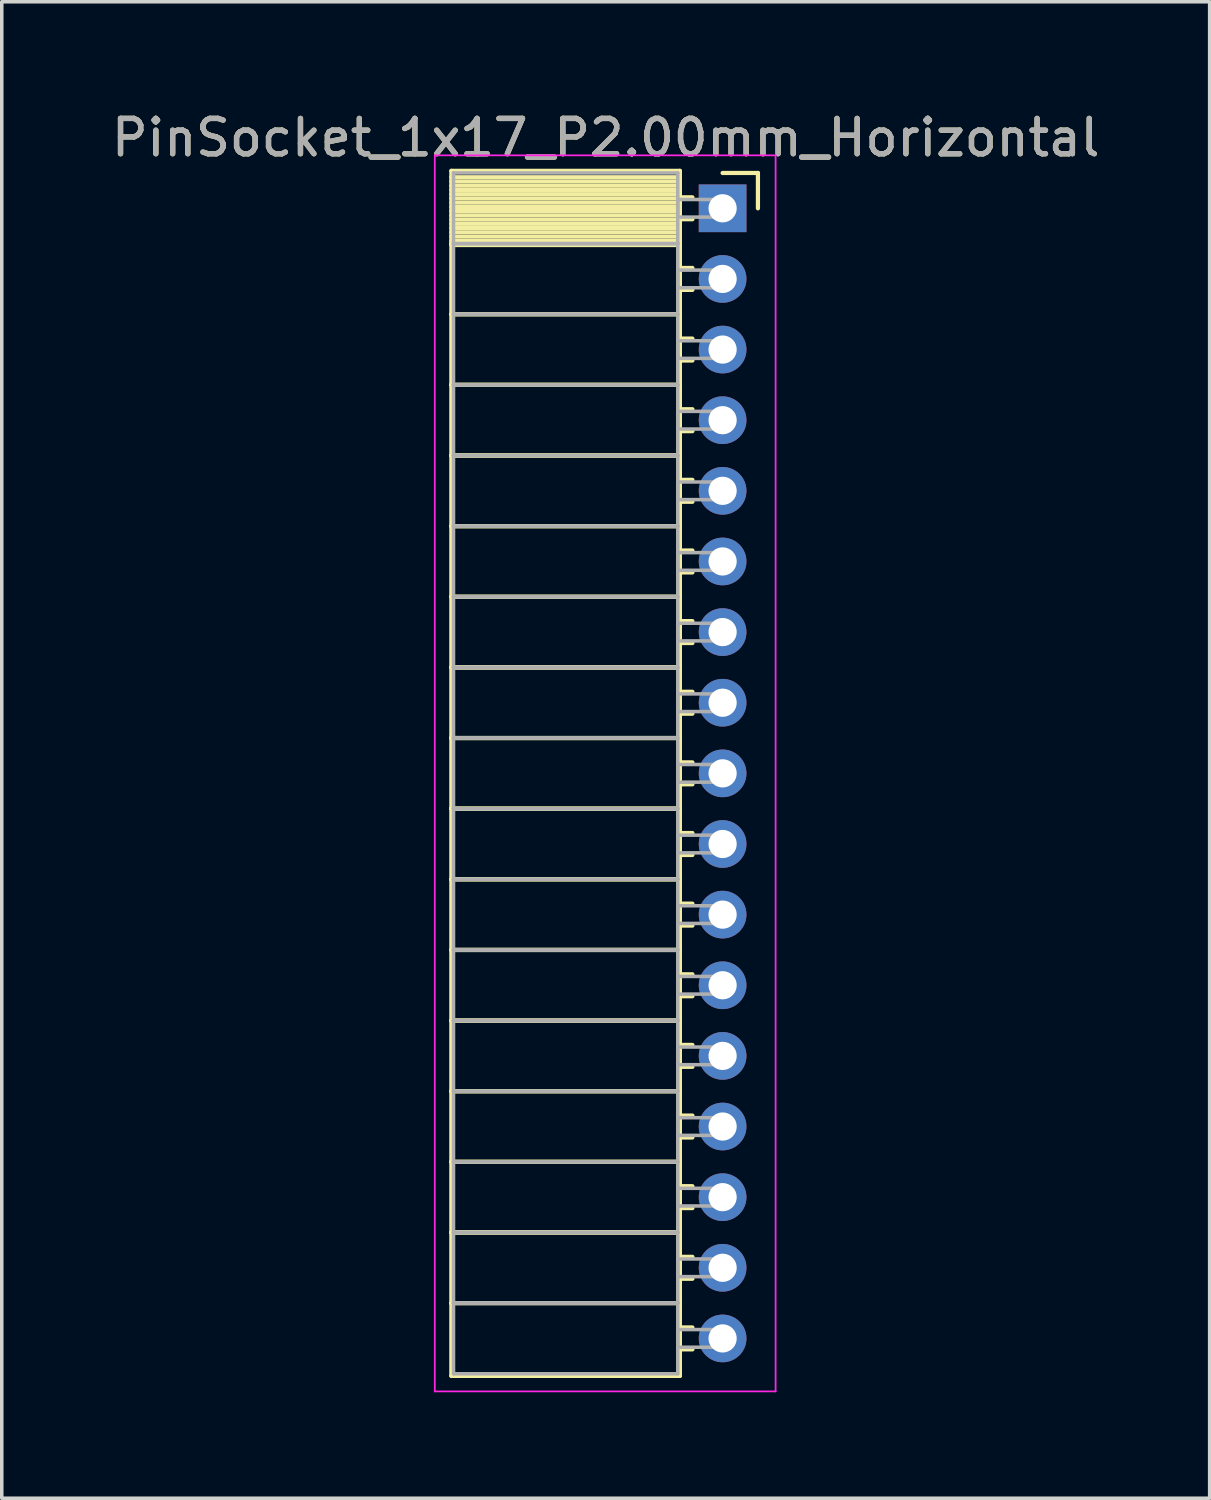
<source format=kicad_pcb>
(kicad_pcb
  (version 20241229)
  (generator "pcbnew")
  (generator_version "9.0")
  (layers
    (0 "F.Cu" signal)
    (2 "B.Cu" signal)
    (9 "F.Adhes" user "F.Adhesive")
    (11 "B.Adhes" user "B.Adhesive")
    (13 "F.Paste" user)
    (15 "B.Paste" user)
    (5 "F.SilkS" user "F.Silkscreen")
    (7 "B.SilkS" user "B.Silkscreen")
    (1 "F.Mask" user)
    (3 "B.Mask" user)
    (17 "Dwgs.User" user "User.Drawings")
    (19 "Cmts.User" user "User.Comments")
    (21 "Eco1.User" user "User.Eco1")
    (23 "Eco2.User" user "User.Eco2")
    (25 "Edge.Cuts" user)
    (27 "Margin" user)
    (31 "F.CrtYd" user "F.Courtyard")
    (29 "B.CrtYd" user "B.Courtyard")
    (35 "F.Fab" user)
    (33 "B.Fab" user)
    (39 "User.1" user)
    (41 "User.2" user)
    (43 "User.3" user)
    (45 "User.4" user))
  (footprint "PinSocket_1x17_P2.00mm_Horizontal"
    (layer "F.Cu")
    (at 17.411 2.848)
    (property "Reference" "PinSocket_1x17_P2.00mm_Horizontal" (at -3.31 -2 0) (layer "F.SilkS") (effects (font (size 1 1) (thickness 0.15))))
    (attr through_hole)
    (fp_line (start -7.68 -1.06) (end -1.21 -1.06) (stroke (width 0.12) (type solid)) (layer "F.SilkS"))
    (fp_line (start -7.68 1) (end -7.68 -1.06) (stroke (width 0.12) (type solid)) (layer "F.SilkS"))
    (fp_line (start -7.68 1) (end -1.21 1) (stroke (width 0.12) (type solid)) (layer "F.SilkS"))
    (fp_line (start -7.68 3) (end -7.68 1) (stroke (width 0.12) (type solid)) (layer "F.SilkS"))
    (fp_line (start -7.68 3) (end -1.21 3) (stroke (width 0.12) (type solid)) (layer "F.SilkS"))
    (fp_line (start -7.68 5) (end -7.68 3) (stroke (width 0.12) (type solid)) (layer "F.SilkS"))
    (fp_line (start -7.68 5) (end -1.21 5) (stroke (width 0.12) (type solid)) (layer "F.SilkS"))
    (fp_line (start -7.68 7) (end -7.68 5) (stroke (width 0.12) (type solid)) (layer "F.SilkS"))
    (fp_line (start -7.68 7) (end -1.21 7) (stroke (width 0.12) (type solid)) (layer "F.SilkS"))
    (fp_line (start -7.68 9) (end -7.68 7) (stroke (width 0.12) (type solid)) (layer "F.SilkS"))
    (fp_line (start -7.68 9) (end -1.21 9) (stroke (width 0.12) (type solid)) (layer "F.SilkS"))
    (fp_line (start -7.68 11) (end -7.68 9) (stroke (width 0.12) (type solid)) (layer "F.SilkS"))
    (fp_line (start -7.68 11) (end -1.21 11) (stroke (width 0.12) (type solid)) (layer "F.SilkS"))
    (fp_line (start -7.68 13) (end -7.68 11) (stroke (width 0.12) (type solid)) (layer "F.SilkS"))
    (fp_line (start -7.68 13) (end -1.21 13) (stroke (width 0.12) (type solid)) (layer "F.SilkS"))
    (fp_line (start -7.68 15) (end -7.68 13) (stroke (width 0.12) (type solid)) (layer "F.SilkS"))
    (fp_line (start -7.68 15) (end -1.21 15) (stroke (width 0.12) (type solid)) (layer "F.SilkS"))
    (fp_line (start -7.68 17) (end -7.68 15) (stroke (width 0.12) (type solid)) (layer "F.SilkS"))
    (fp_line (start -7.68 17) (end -1.21 17) (stroke (width 0.12) (type solid)) (layer "F.SilkS"))
    (fp_line (start -7.68 19) (end -7.68 17) (stroke (width 0.12) (type solid)) (layer "F.SilkS"))
    (fp_line (start -7.68 19) (end -1.21 19) (stroke (width 0.12) (type solid)) (layer "F.SilkS"))
    (fp_line (start -7.68 21) (end -7.68 19) (stroke (width 0.12) (type solid)) (layer "F.SilkS"))
    (fp_line (start -7.68 21) (end -1.21 21) (stroke (width 0.12) (type solid)) (layer "F.SilkS"))
    (fp_line (start -7.68 23) (end -7.68 21) (stroke (width 0.12) (type solid)) (layer "F.SilkS"))
    (fp_line (start -7.68 23) (end -1.21 23) (stroke (width 0.12) (type solid)) (layer "F.SilkS"))
    (fp_line (start -7.68 25) (end -7.68 23) (stroke (width 0.12) (type solid)) (layer "F.SilkS"))
    (fp_line (start -7.68 25) (end -1.21 25) (stroke (width 0.12) (type solid)) (layer "F.SilkS"))
    (fp_line (start -7.68 27) (end -7.68 25) (stroke (width 0.12) (type solid)) (layer "F.SilkS"))
    (fp_line (start -7.68 27) (end -1.21 27) (stroke (width 0.12) (type solid)) (layer "F.SilkS"))
    (fp_line (start -7.68 29) (end -7.68 27) (stroke (width 0.12) (type solid)) (layer "F.SilkS"))
    (fp_line (start -7.68 29) (end -1.21 29) (stroke (width 0.12) (type solid)) (layer "F.SilkS"))
    (fp_line (start -7.68 31) (end -7.68 29) (stroke (width 0.12) (type solid)) (layer "F.SilkS"))
    (fp_line (start -7.68 31) (end -1.21 31) (stroke (width 0.12) (type solid)) (layer "F.SilkS"))
    (fp_line (start -7.68 33.06) (end -7.68 31) (stroke (width 0.12) (type solid)) (layer "F.SilkS"))
    (fp_line (start -1.21 -1.06) (end -1.21 1) (stroke (width 0.12) (type solid)) (layer "F.SilkS"))
    (fp_line (start -1.21 -0.88) (end -7.68 -0.88) (stroke (width 0.12) (type solid)) (layer "F.SilkS"))
    (fp_line (start -1.21 -0.76) (end -7.68 -0.76) (stroke (width 0.12) (type solid)) (layer "F.SilkS"))
    (fp_line (start -1.21 -0.64) (end -7.68 -0.64) (stroke (width 0.12) (type solid)) (layer "F.SilkS"))
    (fp_line (start -1.21 -0.52) (end -7.68 -0.52) (stroke (width 0.12) (type solid)) (layer "F.SilkS"))
    (fp_line (start -1.21 -0.4) (end -7.68 -0.4) (stroke (width 0.12) (type solid)) (layer "F.SilkS"))
    (fp_line (start -1.21 -0.28) (end -7.68 -0.28) (stroke (width 0.12) (type solid)) (layer "F.SilkS"))
    (fp_line (start -1.21 -0.16) (end -7.68 -0.16) (stroke (width 0.12) (type solid)) (layer "F.SilkS"))
    (fp_line (start -1.21 -0.04) (end -7.68 -0.04) (stroke (width 0.12) (type solid)) (layer "F.SilkS"))
    (fp_line (start -1.21 0.08) (end -7.68 0.08) (stroke (width 0.12) (type solid)) (layer "F.SilkS"))
    (fp_line (start -1.21 0.2) (end -7.68 0.2) (stroke (width 0.12) (type solid)) (layer "F.SilkS"))
    (fp_line (start -1.21 0.32) (end -7.68 0.32) (stroke (width 0.12) (type solid)) (layer "F.SilkS"))
    (fp_line (start -1.21 0.44) (end -7.68 0.44) (stroke (width 0.12) (type solid)) (layer "F.SilkS"))
    (fp_line (start -1.21 0.56) (end -7.68 0.56) (stroke (width 0.12) (type solid)) (layer "F.SilkS"))
    (fp_line (start -1.21 0.68) (end -7.68 0.68) (stroke (width 0.12) (type solid)) (layer "F.SilkS"))
    (fp_line (start -1.21 0.8) (end -7.68 0.8) (stroke (width 0.12) (type solid)) (layer "F.SilkS"))
    (fp_line (start -1.21 0.92) (end -7.68 0.92) (stroke (width 0.12) (type solid)) (layer "F.SilkS"))
    (fp_line (start -1.21 1) (end -7.68 1) (stroke (width 0.12) (type solid)) (layer "F.SilkS"))
    (fp_line (start -1.21 1) (end -1.21 3) (stroke (width 0.12) (type solid)) (layer "F.SilkS"))
    (fp_line (start -1.21 1.04) (end -7.68 1.04) (stroke (width 0.12) (type solid)) (layer "F.SilkS"))
    (fp_line (start -1.21 3) (end -7.68 3) (stroke (width 0.12) (type solid)) (layer "F.SilkS"))
    (fp_line (start -1.21 3) (end -1.21 5) (stroke (width 0.12) (type solid)) (layer "F.SilkS"))
    (fp_line (start -1.21 5) (end -7.68 5) (stroke (width 0.12) (type solid)) (layer "F.SilkS"))
    (fp_line (start -1.21 5) (end -1.21 7) (stroke (width 0.12) (type solid)) (layer "F.SilkS"))
    (fp_line (start -1.21 7) (end -7.68 7) (stroke (width 0.12) (type solid)) (layer "F.SilkS"))
    (fp_line (start -1.21 7) (end -1.21 9) (stroke (width 0.12) (type solid)) (layer "F.SilkS"))
    (fp_line (start -1.21 9) (end -7.68 9) (stroke (width 0.12) (type solid)) (layer "F.SilkS"))
    (fp_line (start -1.21 9) (end -1.21 11) (stroke (width 0.12) (type solid)) (layer "F.SilkS"))
    (fp_line (start -1.21 11) (end -7.68 11) (stroke (width 0.12) (type solid)) (layer "F.SilkS"))
    (fp_line (start -1.21 11) (end -1.21 13) (stroke (width 0.12) (type solid)) (layer "F.SilkS"))
    (fp_line (start -1.21 13) (end -7.68 13) (stroke (width 0.12) (type solid)) (layer "F.SilkS"))
    (fp_line (start -1.21 13) (end -1.21 15) (stroke (width 0.12) (type solid)) (layer "F.SilkS"))
    (fp_line (start -1.21 15) (end -7.68 15) (stroke (width 0.12) (type solid)) (layer "F.SilkS"))
    (fp_line (start -1.21 15) (end -1.21 17) (stroke (width 0.12) (type solid)) (layer "F.SilkS"))
    (fp_line (start -1.21 17) (end -7.68 17) (stroke (width 0.12) (type solid)) (layer "F.SilkS"))
    (fp_line (start -1.21 17) (end -1.21 19) (stroke (width 0.12) (type solid)) (layer "F.SilkS"))
    (fp_line (start -1.21 19) (end -7.68 19) (stroke (width 0.12) (type solid)) (layer "F.SilkS"))
    (fp_line (start -1.21 19) (end -1.21 21) (stroke (width 0.12) (type solid)) (layer "F.SilkS"))
    (fp_line (start -1.21 21) (end -7.68 21) (stroke (width 0.12) (type solid)) (layer "F.SilkS"))
    (fp_line (start -1.21 21) (end -1.21 23) (stroke (width 0.12) (type solid)) (layer "F.SilkS"))
    (fp_line (start -1.21 23) (end -7.68 23) (stroke (width 0.12) (type solid)) (layer "F.SilkS"))
    (fp_line (start -1.21 23) (end -1.21 25) (stroke (width 0.12) (type solid)) (layer "F.SilkS"))
    (fp_line (start -1.21 25) (end -7.68 25) (stroke (width 0.12) (type solid)) (layer "F.SilkS"))
    (fp_line (start -1.21 25) (end -1.21 27) (stroke (width 0.12) (type solid)) (layer "F.SilkS"))
    (fp_line (start -1.21 27) (end -7.68 27) (stroke (width 0.12) (type solid)) (layer "F.SilkS"))
    (fp_line (start -1.21 27) (end -1.21 29) (stroke (width 0.12) (type solid)) (layer "F.SilkS"))
    (fp_line (start -1.21 29) (end -7.68 29) (stroke (width 0.12) (type solid)) (layer "F.SilkS"))
    (fp_line (start -1.21 29) (end -1.21 31) (stroke (width 0.12) (type solid)) (layer "F.SilkS"))
    (fp_line (start -1.21 31) (end -7.68 31) (stroke (width 0.12) (type solid)) (layer "F.SilkS"))
    (fp_line (start -1.21 31) (end -1.21 33.06) (stroke (width 0.12) (type solid)) (layer "F.SilkS"))
    (fp_line (start -1.21 33.06) (end -7.68 33.06) (stroke (width 0.12) (type solid)) (layer "F.SilkS"))
    (fp_line (start -0.855 -0.31) (end -1.21 -0.31) (stroke (width 0.12) (type solid)) (layer "F.SilkS"))
    (fp_line (start -0.855 0.31) (end -1.21 0.31) (stroke (width 0.12) (type solid)) (layer "F.SilkS"))
    (fp_line (start -0.855 1.69) (end -1.21 1.69) (stroke (width 0.12) (type solid)) (layer "F.SilkS"))
    (fp_line (start -0.855 2.31) (end -1.21 2.31) (stroke (width 0.12) (type solid)) (layer "F.SilkS"))
    (fp_line (start -0.855 3.69) (end -1.21 3.69) (stroke (width 0.12) (type solid)) (layer "F.SilkS"))
    (fp_line (start -0.855 4.31) (end -1.21 4.31) (stroke (width 0.12) (type solid)) (layer "F.SilkS"))
    (fp_line (start -0.855 5.69) (end -1.21 5.69) (stroke (width 0.12) (type solid)) (layer "F.SilkS"))
    (fp_line (start -0.855 6.31) (end -1.21 6.31) (stroke (width 0.12) (type solid)) (layer "F.SilkS"))
    (fp_line (start -0.855 7.69) (end -1.21 7.69) (stroke (width 0.12) (type solid)) (layer "F.SilkS"))
    (fp_line (start -0.855 8.31) (end -1.21 8.31) (stroke (width 0.12) (type solid)) (layer "F.SilkS"))
    (fp_line (start -0.855 9.69) (end -1.21 9.69) (stroke (width 0.12) (type solid)) (layer "F.SilkS"))
    (fp_line (start -0.855 10.31) (end -1.21 10.31) (stroke (width 0.12) (type solid)) (layer "F.SilkS"))
    (fp_line (start -0.855 11.69) (end -1.21 11.69) (stroke (width 0.12) (type solid)) (layer "F.SilkS"))
    (fp_line (start -0.855 12.31) (end -1.21 12.31) (stroke (width 0.12) (type solid)) (layer "F.SilkS"))
    (fp_line (start -0.855 13.69) (end -1.21 13.69) (stroke (width 0.12) (type solid)) (layer "F.SilkS"))
    (fp_line (start -0.855 14.31) (end -1.21 14.31) (stroke (width 0.12) (type solid)) (layer "F.SilkS"))
    (fp_line (start -0.855 15.69) (end -1.21 15.69) (stroke (width 0.12) (type solid)) (layer "F.SilkS"))
    (fp_line (start -0.855 16.31) (end -1.21 16.31) (stroke (width 0.12) (type solid)) (layer "F.SilkS"))
    (fp_line (start -0.855 17.69) (end -1.21 17.69) (stroke (width 0.12) (type solid)) (layer "F.SilkS"))
    (fp_line (start -0.855 18.31) (end -1.21 18.31) (stroke (width 0.12) (type solid)) (layer "F.SilkS"))
    (fp_line (start -0.855 19.69) (end -1.21 19.69) (stroke (width 0.12) (type solid)) (layer "F.SilkS"))
    (fp_line (start -0.855 20.31) (end -1.21 20.31) (stroke (width 0.12) (type solid)) (layer "F.SilkS"))
    (fp_line (start -0.855 21.69) (end -1.21 21.69) (stroke (width 0.12) (type solid)) (layer "F.SilkS"))
    (fp_line (start -0.855 22.31) (end -1.21 22.31) (stroke (width 0.12) (type solid)) (layer "F.SilkS"))
    (fp_line (start -0.855 23.69) (end -1.21 23.69) (stroke (width 0.12) (type solid)) (layer "F.SilkS"))
    (fp_line (start -0.855 24.31) (end -1.21 24.31) (stroke (width 0.12) (type solid)) (layer "F.SilkS"))
    (fp_line (start -0.855 25.69) (end -1.21 25.69) (stroke (width 0.12) (type solid)) (layer "F.SilkS"))
    (fp_line (start -0.855 26.31) (end -1.21 26.31) (stroke (width 0.12) (type solid)) (layer "F.SilkS"))
    (fp_line (start -0.855 27.69) (end -1.21 27.69) (stroke (width 0.12) (type solid)) (layer "F.SilkS"))
    (fp_line (start -0.855 28.31) (end -1.21 28.31) (stroke (width 0.12) (type solid)) (layer "F.SilkS"))
    (fp_line (start -0.855 29.69) (end -1.21 29.69) (stroke (width 0.12) (type solid)) (layer "F.SilkS"))
    (fp_line (start -0.855 30.31) (end -1.21 30.31) (stroke (width 0.12) (type solid)) (layer "F.SilkS"))
    (fp_line (start -0.855 31.69) (end -1.21 31.69) (stroke (width 0.12) (type solid)) (layer "F.SilkS"))
    (fp_line (start -0.855 32.31) (end -1.21 32.31) (stroke (width 0.12) (type solid)) (layer "F.SilkS"))
    (fp_line (start 0 -1) (end 1 -1) (stroke (width 0.12) (type solid)) (layer "F.SilkS"))
    (fp_line (start 1 -1) (end 1 0) (stroke (width 0.12) (type solid)) (layer "F.SilkS"))
    (fp_line (start -8.15 -1.5) (end 1.5 -1.5) (stroke (width 0.05) (type solid)) (layer "F.CrtYd"))
    (fp_line (start -8.15 33.5) (end -8.15 -1.5) (stroke (width 0.05) (type solid)) (layer "F.CrtYd"))
    (fp_line (start 1.5 -1.5) (end 1.5 33.5) (stroke (width 0.05) (type solid)) (layer "F.CrtYd"))
    (fp_line (start 1.5 33.5) (end -8.15 33.5) (stroke (width 0.05) (type solid)) (layer "F.CrtYd"))
    (fp_line (start -7.62 -1) (end -1.27 -1) (stroke (width 0.1) (type solid)) (layer "F.Fab"))
    (fp_line (start -7.62 1) (end -7.62 -1) (stroke (width 0.1) (type solid)) (layer "F.Fab"))
    (fp_line (start -7.62 1) (end -1.27 1) (stroke (width 0.1) (type solid)) (layer "F.Fab"))
    (fp_line (start -7.62 3) (end -7.62 1) (stroke (width 0.1) (type solid)) (layer "F.Fab"))
    (fp_line (start -7.62 3) (end -1.27 3) (stroke (width 0.1) (type solid)) (layer "F.Fab"))
    (fp_line (start -7.62 5) (end -7.62 3) (stroke (width 0.1) (type solid)) (layer "F.Fab"))
    (fp_line (start -7.62 5) (end -1.27 5) (stroke (width 0.1) (type solid)) (layer "F.Fab"))
    (fp_line (start -7.62 7) (end -7.62 5) (stroke (width 0.1) (type solid)) (layer "F.Fab"))
    (fp_line (start -7.62 7) (end -1.27 7) (stroke (width 0.1) (type solid)) (layer "F.Fab"))
    (fp_line (start -7.62 9) (end -7.62 7) (stroke (width 0.1) (type solid)) (layer "F.Fab"))
    (fp_line (start -7.62 9) (end -1.27 9) (stroke (width 0.1) (type solid)) (layer "F.Fab"))
    (fp_line (start -7.62 11) (end -7.62 9) (stroke (width 0.1) (type solid)) (layer "F.Fab"))
    (fp_line (start -7.62 11) (end -1.27 11) (stroke (width 0.1) (type solid)) (layer "F.Fab"))
    (fp_line (start -7.62 13) (end -7.62 11) (stroke (width 0.1) (type solid)) (layer "F.Fab"))
    (fp_line (start -7.62 13) (end -1.27 13) (stroke (width 0.1) (type solid)) (layer "F.Fab"))
    (fp_line (start -7.62 15) (end -7.62 13) (stroke (width 0.1) (type solid)) (layer "F.Fab"))
    (fp_line (start -7.62 15) (end -1.27 15) (stroke (width 0.1) (type solid)) (layer "F.Fab"))
    (fp_line (start -7.62 17) (end -7.62 15) (stroke (width 0.1) (type solid)) (layer "F.Fab"))
    (fp_line (start -7.62 17) (end -1.27 17) (stroke (width 0.1) (type solid)) (layer "F.Fab"))
    (fp_line (start -7.62 19) (end -7.62 17) (stroke (width 0.1) (type solid)) (layer "F.Fab"))
    (fp_line (start -7.62 19) (end -1.27 19) (stroke (width 0.1) (type solid)) (layer "F.Fab"))
    (fp_line (start -7.62 21) (end -7.62 19) (stroke (width 0.1) (type solid)) (layer "F.Fab"))
    (fp_line (start -7.62 21) (end -1.27 21) (stroke (width 0.1) (type solid)) (layer "F.Fab"))
    (fp_line (start -7.62 23) (end -7.62 21) (stroke (width 0.1) (type solid)) (layer "F.Fab"))
    (fp_line (start -7.62 23) (end -1.27 23) (stroke (width 0.1) (type solid)) (layer "F.Fab"))
    (fp_line (start -7.62 25) (end -7.62 23) (stroke (width 0.1) (type solid)) (layer "F.Fab"))
    (fp_line (start -7.62 25) (end -1.27 25) (stroke (width 0.1) (type solid)) (layer "F.Fab"))
    (fp_line (start -7.62 27) (end -7.62 25) (stroke (width 0.1) (type solid)) (layer "F.Fab"))
    (fp_line (start -7.62 27) (end -1.27 27) (stroke (width 0.1) (type solid)) (layer "F.Fab"))
    (fp_line (start -7.62 29) (end -7.62 27) (stroke (width 0.1) (type solid)) (layer "F.Fab"))
    (fp_line (start -7.62 29) (end -1.27 29) (stroke (width 0.1) (type solid)) (layer "F.Fab"))
    (fp_line (start -7.62 31) (end -7.62 29) (stroke (width 0.1) (type solid)) (layer "F.Fab"))
    (fp_line (start -7.62 31) (end -1.27 31) (stroke (width 0.1) (type solid)) (layer "F.Fab"))
    (fp_line (start -7.62 33) (end -7.62 31) (stroke (width 0.1) (type solid)) (layer "F.Fab"))
    (fp_line (start -1.27 -1) (end -1.27 1) (stroke (width 0.1) (type solid)) (layer "F.Fab"))
    (fp_line (start -1.27 -0.25) (end 0 -0.25) (stroke (width 0.1) (type solid)) (layer "F.Fab"))
    (fp_line (start -1.27 0.25) (end -1.27 -0.25) (stroke (width 0.1) (type solid)) (layer "F.Fab"))
    (fp_line (start -1.27 1) (end -7.62 1) (stroke (width 0.1) (type solid)) (layer "F.Fab"))
    (fp_line (start -1.27 1) (end -1.27 3) (stroke (width 0.1) (type solid)) (layer "F.Fab"))
    (fp_line (start -1.27 1.75) (end 0 1.75) (stroke (width 0.1) (type solid)) (layer "F.Fab"))
    (fp_line (start -1.27 2.25) (end -1.27 1.75) (stroke (width 0.1) (type solid)) (layer "F.Fab"))
    (fp_line (start -1.27 3) (end -7.62 3) (stroke (width 0.1) (type solid)) (layer "F.Fab"))
    (fp_line (start -1.27 3) (end -1.27 5) (stroke (width 0.1) (type solid)) (layer "F.Fab"))
    (fp_line (start -1.27 3.75) (end 0 3.75) (stroke (width 0.1) (type solid)) (layer "F.Fab"))
    (fp_line (start -1.27 4.25) (end -1.27 3.75) (stroke (width 0.1) (type solid)) (layer "F.Fab"))
    (fp_line (start -1.27 5) (end -7.62 5) (stroke (width 0.1) (type solid)) (layer "F.Fab"))
    (fp_line (start -1.27 5) (end -1.27 7) (stroke (width 0.1) (type solid)) (layer "F.Fab"))
    (fp_line (start -1.27 5.75) (end 0 5.75) (stroke (width 0.1) (type solid)) (layer "F.Fab"))
    (fp_line (start -1.27 6.25) (end -1.27 5.75) (stroke (width 0.1) (type solid)) (layer "F.Fab"))
    (fp_line (start -1.27 7) (end -7.62 7) (stroke (width 0.1) (type solid)) (layer "F.Fab"))
    (fp_line (start -1.27 7) (end -1.27 9) (stroke (width 0.1) (type solid)) (layer "F.Fab"))
    (fp_line (start -1.27 7.75) (end 0 7.75) (stroke (width 0.1) (type solid)) (layer "F.Fab"))
    (fp_line (start -1.27 8.25) (end -1.27 7.75) (stroke (width 0.1) (type solid)) (layer "F.Fab"))
    (fp_line (start -1.27 9) (end -7.62 9) (stroke (width 0.1) (type solid)) (layer "F.Fab"))
    (fp_line (start -1.27 9) (end -1.27 11) (stroke (width 0.1) (type solid)) (layer "F.Fab"))
    (fp_line (start -1.27 9.75) (end 0 9.75) (stroke (width 0.1) (type solid)) (layer "F.Fab"))
    (fp_line (start -1.27 10.25) (end -1.27 9.75) (stroke (width 0.1) (type solid)) (layer "F.Fab"))
    (fp_line (start -1.27 11) (end -7.62 11) (stroke (width 0.1) (type solid)) (layer "F.Fab"))
    (fp_line (start -1.27 11) (end -1.27 13) (stroke (width 0.1) (type solid)) (layer "F.Fab"))
    (fp_line (start -1.27 11.75) (end 0 11.75) (stroke (width 0.1) (type solid)) (layer "F.Fab"))
    (fp_line (start -1.27 12.25) (end -1.27 11.75) (stroke (width 0.1) (type solid)) (layer "F.Fab"))
    (fp_line (start -1.27 13) (end -7.62 13) (stroke (width 0.1) (type solid)) (layer "F.Fab"))
    (fp_line (start -1.27 13) (end -1.27 15) (stroke (width 0.1) (type solid)) (layer "F.Fab"))
    (fp_line (start -1.27 13.75) (end 0 13.75) (stroke (width 0.1) (type solid)) (layer "F.Fab"))
    (fp_line (start -1.27 14.25) (end -1.27 13.75) (stroke (width 0.1) (type solid)) (layer "F.Fab"))
    (fp_line (start -1.27 15) (end -7.62 15) (stroke (width 0.1) (type solid)) (layer "F.Fab"))
    (fp_line (start -1.27 15) (end -1.27 17) (stroke (width 0.1) (type solid)) (layer "F.Fab"))
    (fp_line (start -1.27 15.75) (end 0 15.75) (stroke (width 0.1) (type solid)) (layer "F.Fab"))
    (fp_line (start -1.27 16.25) (end -1.27 15.75) (stroke (width 0.1) (type solid)) (layer "F.Fab"))
    (fp_line (start -1.27 17) (end -7.62 17) (stroke (width 0.1) (type solid)) (layer "F.Fab"))
    (fp_line (start -1.27 17) (end -1.27 19) (stroke (width 0.1) (type solid)) (layer "F.Fab"))
    (fp_line (start -1.27 17.75) (end 0 17.75) (stroke (width 0.1) (type solid)) (layer "F.Fab"))
    (fp_line (start -1.27 18.25) (end -1.27 17.75) (stroke (width 0.1) (type solid)) (layer "F.Fab"))
    (fp_line (start -1.27 19) (end -7.62 19) (stroke (width 0.1) (type solid)) (layer "F.Fab"))
    (fp_line (start -1.27 19) (end -1.27 21) (stroke (width 0.1) (type solid)) (layer "F.Fab"))
    (fp_line (start -1.27 19.75) (end 0 19.75) (stroke (width 0.1) (type solid)) (layer "F.Fab"))
    (fp_line (start -1.27 20.25) (end -1.27 19.75) (stroke (width 0.1) (type solid)) (layer "F.Fab"))
    (fp_line (start -1.27 21) (end -7.62 21) (stroke (width 0.1) (type solid)) (layer "F.Fab"))
    (fp_line (start -1.27 21) (end -1.27 23) (stroke (width 0.1) (type solid)) (layer "F.Fab"))
    (fp_line (start -1.27 21.75) (end 0 21.75) (stroke (width 0.1) (type solid)) (layer "F.Fab"))
    (fp_line (start -1.27 22.25) (end -1.27 21.75) (stroke (width 0.1) (type solid)) (layer "F.Fab"))
    (fp_line (start -1.27 23) (end -7.62 23) (stroke (width 0.1) (type solid)) (layer "F.Fab"))
    (fp_line (start -1.27 23) (end -1.27 25) (stroke (width 0.1) (type solid)) (layer "F.Fab"))
    (fp_line (start -1.27 23.75) (end 0 23.75) (stroke (width 0.1) (type solid)) (layer "F.Fab"))
    (fp_line (start -1.27 24.25) (end -1.27 23.75) (stroke (width 0.1) (type solid)) (layer "F.Fab"))
    (fp_line (start -1.27 25) (end -7.62 25) (stroke (width 0.1) (type solid)) (layer "F.Fab"))
    (fp_line (start -1.27 25) (end -1.27 27) (stroke (width 0.1) (type solid)) (layer "F.Fab"))
    (fp_line (start -1.27 25.75) (end 0 25.75) (stroke (width 0.1) (type solid)) (layer "F.Fab"))
    (fp_line (start -1.27 26.25) (end -1.27 25.75) (stroke (width 0.1) (type solid)) (layer "F.Fab"))
    (fp_line (start -1.27 27) (end -7.62 27) (stroke (width 0.1) (type solid)) (layer "F.Fab"))
    (fp_line (start -1.27 27) (end -1.27 29) (stroke (width 0.1) (type solid)) (layer "F.Fab"))
    (fp_line (start -1.27 27.75) (end 0 27.75) (stroke (width 0.1) (type solid)) (layer "F.Fab"))
    (fp_line (start -1.27 28.25) (end -1.27 27.75) (stroke (width 0.1) (type solid)) (layer "F.Fab"))
    (fp_line (start -1.27 29) (end -7.62 29) (stroke (width 0.1) (type solid)) (layer "F.Fab"))
    (fp_line (start -1.27 29) (end -1.27 31) (stroke (width 0.1) (type solid)) (layer "F.Fab"))
    (fp_line (start -1.27 29.75) (end 0 29.75) (stroke (width 0.1) (type solid)) (layer "F.Fab"))
    (fp_line (start -1.27 30.25) (end -1.27 29.75) (stroke (width 0.1) (type solid)) (layer "F.Fab"))
    (fp_line (start -1.27 31) (end -7.62 31) (stroke (width 0.1) (type solid)) (layer "F.Fab"))
    (fp_line (start -1.27 31) (end -1.27 33) (stroke (width 0.1) (type solid)) (layer "F.Fab"))
    (fp_line (start -1.27 31.75) (end 0 31.75) (stroke (width 0.1) (type solid)) (layer "F.Fab"))
    (fp_line (start -1.27 32.25) (end -1.27 31.75) (stroke (width 0.1) (type solid)) (layer "F.Fab"))
    (fp_line (start -1.27 33) (end -7.62 33) (stroke (width 0.1) (type solid)) (layer "F.Fab"))
    (fp_line (start 0 -0.25) (end 0 0.25) (stroke (width 0.1) (type solid)) (layer "F.Fab"))
    (fp_line (start 0 0.25) (end -1.27 0.25) (stroke (width 0.1) (type solid)) (layer "F.Fab"))
    (fp_line (start 0 1.75) (end 0 2.25) (stroke (width 0.1) (type solid)) (layer "F.Fab"))
    (fp_line (start 0 2.25) (end -1.27 2.25) (stroke (width 0.1) (type solid)) (layer "F.Fab"))
    (fp_line (start 0 3.75) (end 0 4.25) (stroke (width 0.1) (type solid)) (layer "F.Fab"))
    (fp_line (start 0 4.25) (end -1.27 4.25) (stroke (width 0.1) (type solid)) (layer "F.Fab"))
    (fp_line (start 0 5.75) (end 0 6.25) (stroke (width 0.1) (type solid)) (layer "F.Fab"))
    (fp_line (start 0 6.25) (end -1.27 6.25) (stroke (width 0.1) (type solid)) (layer "F.Fab"))
    (fp_line (start 0 7.75) (end 0 8.25) (stroke (width 0.1) (type solid)) (layer "F.Fab"))
    (fp_line (start 0 8.25) (end -1.27 8.25) (stroke (width 0.1) (type solid)) (layer "F.Fab"))
    (fp_line (start 0 9.75) (end 0 10.25) (stroke (width 0.1) (type solid)) (layer "F.Fab"))
    (fp_line (start 0 10.25) (end -1.27 10.25) (stroke (width 0.1) (type solid)) (layer "F.Fab"))
    (fp_line (start 0 11.75) (end 0 12.25) (stroke (width 0.1) (type solid)) (layer "F.Fab"))
    (fp_line (start 0 12.25) (end -1.27 12.25) (stroke (width 0.1) (type solid)) (layer "F.Fab"))
    (fp_line (start 0 13.75) (end 0 14.25) (stroke (width 0.1) (type solid)) (layer "F.Fab"))
    (fp_line (start 0 14.25) (end -1.27 14.25) (stroke (width 0.1) (type solid)) (layer "F.Fab"))
    (fp_line (start 0 15.75) (end 0 16.25) (stroke (width 0.1) (type solid)) (layer "F.Fab"))
    (fp_line (start 0 16.25) (end -1.27 16.25) (stroke (width 0.1) (type solid)) (layer "F.Fab"))
    (fp_line (start 0 17.75) (end 0 18.25) (stroke (width 0.1) (type solid)) (layer "F.Fab"))
    (fp_line (start 0 18.25) (end -1.27 18.25) (stroke (width 0.1) (type solid)) (layer "F.Fab"))
    (fp_line (start 0 19.75) (end 0 20.25) (stroke (width 0.1) (type solid)) (layer "F.Fab"))
    (fp_line (start 0 20.25) (end -1.27 20.25) (stroke (width 0.1) (type solid)) (layer "F.Fab"))
    (fp_line (start 0 21.75) (end 0 22.25) (stroke (width 0.1) (type solid)) (layer "F.Fab"))
    (fp_line (start 0 22.25) (end -1.27 22.25) (stroke (width 0.1) (type solid)) (layer "F.Fab"))
    (fp_line (start 0 23.75) (end 0 24.25) (stroke (width 0.1) (type solid)) (layer "F.Fab"))
    (fp_line (start 0 24.25) (end -1.27 24.25) (stroke (width 0.1) (type solid)) (layer "F.Fab"))
    (fp_line (start 0 25.75) (end 0 26.25) (stroke (width 0.1) (type solid)) (layer "F.Fab"))
    (fp_line (start 0 26.25) (end -1.27 26.25) (stroke (width 0.1) (type solid)) (layer "F.Fab"))
    (fp_line (start 0 27.75) (end 0 28.25) (stroke (width 0.1) (type solid)) (layer "F.Fab"))
    (fp_line (start 0 28.25) (end -1.27 28.25) (stroke (width 0.1) (type solid)) (layer "F.Fab"))
    (fp_line (start 0 29.75) (end 0 30.25) (stroke (width 0.1) (type solid)) (layer "F.Fab"))
    (fp_line (start 0 30.25) (end -1.27 30.25) (stroke (width 0.1) (type solid)) (layer "F.Fab"))
    (fp_line (start 0 31.75) (end 0 32.25) (stroke (width 0.1) (type solid)) (layer "F.Fab"))
    (fp_line (start 0 32.25) (end -1.27 32.25) (stroke (width 0.1) (type solid)) (layer "F.Fab"))
    (fp_text user "${REFERENCE}" (at -3.31 -2 0) (layer "F.Fab") (effects (font (size 1 1) (thickness 0.15))))
    (pad "1" thru_hole rect (at 0 0) (size 1.35 1.35) (drill 0.8) (layers "*.Cu" "*.Mask"))
    (pad "2" thru_hole oval (at 0 2) (size 1.35 1.35) (drill 0.8) (layers "*.Cu" "*.Mask"))
    (pad "3" thru_hole oval (at 0 4) (size 1.35 1.35) (drill 0.8) (layers "*.Cu" "*.Mask"))
    (pad "4" thru_hole oval (at 0 6) (size 1.35 1.35) (drill 0.8) (layers "*.Cu" "*.Mask"))
    (pad "5" thru_hole oval (at 0 8) (size 1.35 1.35) (drill 0.8) (layers "*.Cu" "*.Mask"))
    (pad "6" thru_hole oval (at 0 10) (size 1.35 1.35) (drill 0.8) (layers "*.Cu" "*.Mask"))
    (pad "7" thru_hole oval (at 0 12) (size 1.35 1.35) (drill 0.8) (layers "*.Cu" "*.Mask"))
    (pad "8" thru_hole oval (at 0 14) (size 1.35 1.35) (drill 0.8) (layers "*.Cu" "*.Mask"))
    (pad "9" thru_hole oval (at 0 16) (size 1.35 1.35) (drill 0.8) (layers "*.Cu" "*.Mask"))
    (pad "10" thru_hole oval (at 0 18) (size 1.35 1.35) (drill 0.8) (layers "*.Cu" "*.Mask"))
    (pad "11" thru_hole oval (at 0 20) (size 1.35 1.35) (drill 0.8) (layers "*.Cu" "*.Mask"))
    (pad "12" thru_hole oval (at 0 22) (size 1.35 1.35) (drill 0.8) (layers "*.Cu" "*.Mask"))
    (pad "13" thru_hole oval (at 0 24) (size 1.35 1.35) (drill 0.8) (layers "*.Cu" "*.Mask"))
    (pad "14" thru_hole oval (at 0 26) (size 1.35 1.35) (drill 0.8) (layers "*.Cu" "*.Mask"))
    (pad "15" thru_hole oval (at 0 28) (size 1.35 1.35) (drill 0.8) (layers "*.Cu" "*.Mask"))
    (pad "16" thru_hole oval (at 0 30) (size 1.35 1.35) (drill 0.8) (layers "*.Cu" "*.Mask"))
    (pad "17" thru_hole oval (at 0 32) (size 1.35 1.35) (drill 0.8) (layers "*.Cu" "*.Mask")))
  (gr_rect
    (start -3 -3)
    (end 31.202 39.373)
    (stroke (width 0.1) (type default))
    (fill no)
    (layer "Edge.Cuts")))
</source>
